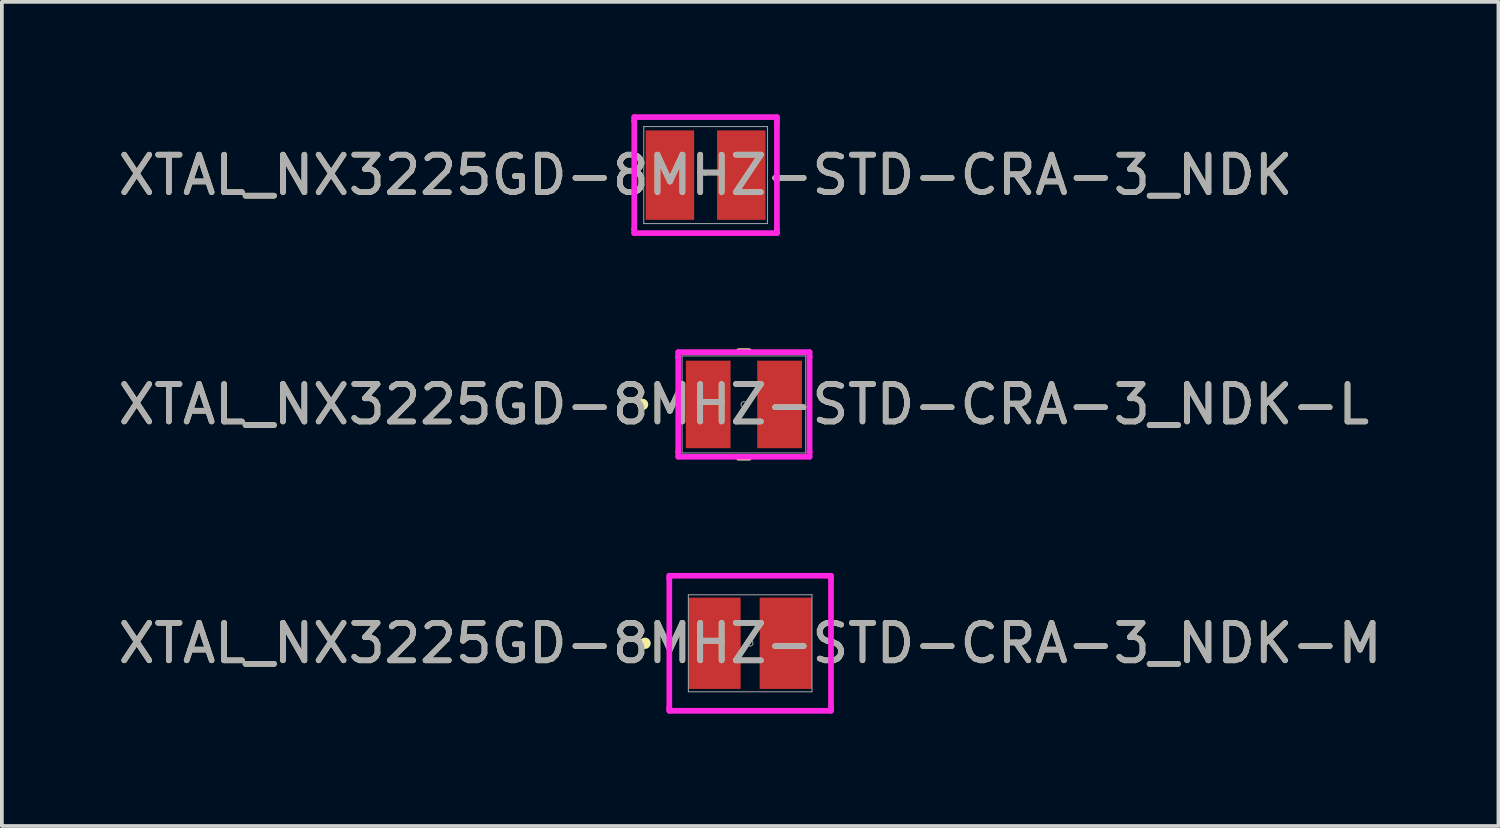
<source format=kicad_pcb>
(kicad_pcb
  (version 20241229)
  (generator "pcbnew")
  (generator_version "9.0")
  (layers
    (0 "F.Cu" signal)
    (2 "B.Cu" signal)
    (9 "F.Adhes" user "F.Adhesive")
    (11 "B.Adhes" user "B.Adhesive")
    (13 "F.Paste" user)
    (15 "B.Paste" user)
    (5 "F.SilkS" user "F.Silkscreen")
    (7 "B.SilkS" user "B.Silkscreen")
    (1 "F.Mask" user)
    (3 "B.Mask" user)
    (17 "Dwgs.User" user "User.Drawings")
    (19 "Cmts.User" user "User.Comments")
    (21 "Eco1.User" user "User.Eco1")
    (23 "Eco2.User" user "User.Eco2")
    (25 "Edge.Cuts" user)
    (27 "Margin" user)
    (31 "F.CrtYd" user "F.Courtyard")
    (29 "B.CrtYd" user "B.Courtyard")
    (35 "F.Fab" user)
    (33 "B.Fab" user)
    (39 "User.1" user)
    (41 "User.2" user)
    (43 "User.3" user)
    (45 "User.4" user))
  (footprint "XTAL_NX3225GD-8MHZ-STD-CRA-3_NDK-M"
    (layer "F.Cu")
    (at 16.982 14.128)
    (property "Reference" "XTAL_NX3225GD-8MHZ-STD-CRA-3_NDK-M" (at 0 0 0) (unlocked yes) (layer "F.SilkS") (effects (font (size 1 1) (thickness 0.15))))
    (attr smd)
    (fp_circle (center -2.807 0) (end -2.731 0) (stroke (width 0.152) (type solid)) (fill no) (layer "F.SilkS"))
    (fp_line (start -2.159 -1.803) (end 2.159 -1.803) (stroke (width 0.152) (type solid)) (layer "F.CrtYd"))
    (fp_line (start -2.159 -1.727) (end -2.159 -1.803) (stroke (width 0.152) (type solid)) (layer "F.CrtYd"))
    (fp_line (start -2.159 -1.727) (end -2.159 -1.727) (stroke (width 0.152) (type solid)) (layer "F.CrtYd"))
    (fp_line (start -2.159 1.727) (end -2.159 -1.727) (stroke (width 0.152) (type solid)) (layer "F.CrtYd"))
    (fp_line (start -2.159 1.727) (end -2.159 1.727) (stroke (width 0.152) (type solid)) (layer "F.CrtYd"))
    (fp_line (start -2.159 1.803) (end -2.159 1.727) (stroke (width 0.152) (type solid)) (layer "F.CrtYd"))
    (fp_line (start 2.159 -1.803) (end 2.159 -1.727) (stroke (width 0.152) (type solid)) (layer "F.CrtYd"))
    (fp_line (start 2.159 -1.727) (end 2.159 -1.727) (stroke (width 0.152) (type solid)) (layer "F.CrtYd"))
    (fp_line (start 2.159 -1.727) (end 2.159 1.727) (stroke (width 0.152) (type solid)) (layer "F.CrtYd"))
    (fp_line (start 2.159 1.727) (end 2.159 1.727) (stroke (width 0.152) (type solid)) (layer "F.CrtYd"))
    (fp_line (start 2.159 1.727) (end 2.159 1.803) (stroke (width 0.152) (type solid)) (layer "F.CrtYd"))
    (fp_line (start 2.159 1.803) (end -2.159 1.803) (stroke (width 0.152) (type solid)) (layer "F.CrtYd"))
    (fp_line (start -1.651 -1.295) (end -1.651 1.295) (stroke (width 0.025) (type solid)) (layer "F.Fab"))
    (fp_line (start -1.651 1.295) (end 1.651 1.295) (stroke (width 0.025) (type solid)) (layer "F.Fab"))
    (fp_line (start 1.651 -1.295) (end -1.651 -1.295) (stroke (width 0.025) (type solid)) (layer "F.Fab"))
    (fp_line (start 1.651 1.295) (end 1.651 -1.295) (stroke (width 0.025) (type solid)) (layer "F.Fab"))
    (fp_circle (center 0 0) (end 0.076 0) (stroke (width 0.025) (type solid)) (fill no) (layer "F.Fab"))
    (fp_text user "${REFERENCE}" (at 0 0 0) (unlocked yes) (layer "F.Fab") (effects (font (size 1 1) (thickness 0.15))))
    (pad "1" smd rect (at -0.953 0) (size 1.397 2.438) (layers "F.Cu" "F.Mask" "F.Paste"))
    (pad "2" smd rect (at 0.953 0) (size 1.397 2.438) (layers "F.Cu" "F.Mask" "F.Paste")))
  (footprint "XTAL_NX3225GD-8MHZ-STD-CRA-3_NDK-L"
    (layer "F.Cu")
    (at 16.815 7.75)
    (property "Reference" "XTAL_NX3225GD-8MHZ-STD-CRA-3_NDK-L" (at 0 0 0) (unlocked yes) (layer "F.SilkS") (effects (font (size 1 1) (thickness 0.15))))
    (attr smd)
    (fp_line (start -0.141 1.422) (end 0.141 1.422) (stroke (width 0.152) (type solid)) (layer "F.SilkS"))
    (fp_line (start 0.141 -1.422) (end -0.141 -1.422) (stroke (width 0.152) (type solid)) (layer "F.SilkS"))
    (fp_circle (center -2.705 0) (end -2.629 0) (stroke (width 0.152) (type solid)) (fill no) (layer "F.SilkS"))
    (fp_line (start -1.753 -1.397) (end 1.753 -1.397) (stroke (width 0.152) (type solid)) (layer "F.CrtYd"))
    (fp_line (start -1.753 -1.27) (end -1.753 -1.397) (stroke (width 0.152) (type solid)) (layer "F.CrtYd"))
    (fp_line (start -1.753 -1.27) (end -1.753 -1.27) (stroke (width 0.152) (type solid)) (layer "F.CrtYd"))
    (fp_line (start -1.753 1.27) (end -1.753 -1.27) (stroke (width 0.152) (type solid)) (layer "F.CrtYd"))
    (fp_line (start -1.753 1.27) (end -1.753 1.27) (stroke (width 0.152) (type solid)) (layer "F.CrtYd"))
    (fp_line (start -1.753 1.397) (end -1.753 1.27) (stroke (width 0.152) (type solid)) (layer "F.CrtYd"))
    (fp_line (start 1.753 -1.397) (end 1.753 -1.27) (stroke (width 0.152) (type solid)) (layer "F.CrtYd"))
    (fp_line (start 1.753 -1.27) (end 1.753 -1.27) (stroke (width 0.152) (type solid)) (layer "F.CrtYd"))
    (fp_line (start 1.753 -1.27) (end 1.753 1.27) (stroke (width 0.152) (type solid)) (layer "F.CrtYd"))
    (fp_line (start 1.753 1.27) (end 1.753 1.27) (stroke (width 0.152) (type solid)) (layer "F.CrtYd"))
    (fp_line (start 1.753 1.27) (end 1.753 1.397) (stroke (width 0.152) (type solid)) (layer "F.CrtYd"))
    (fp_line (start 1.753 1.397) (end -1.753 1.397) (stroke (width 0.152) (type solid)) (layer "F.CrtYd"))
    (fp_line (start -1.651 -1.295) (end -1.651 1.295) (stroke (width 0.025) (type solid)) (layer "F.Fab"))
    (fp_line (start -1.651 1.295) (end 1.651 1.295) (stroke (width 0.025) (type solid)) (layer "F.Fab"))
    (fp_line (start 1.651 -1.295) (end -1.651 -1.295) (stroke (width 0.025) (type solid)) (layer "F.Fab"))
    (fp_line (start 1.651 1.295) (end 1.651 -1.295) (stroke (width 0.025) (type solid)) (layer "F.Fab"))
    (fp_circle (center 0 0) (end 0.076 0) (stroke (width 0.025) (type solid)) (fill no) (layer "F.Fab"))
    (fp_text user "${REFERENCE}" (at 0 0 0) (unlocked yes) (layer "F.Fab") (effects (font (size 1 1) (thickness 0.15))))
    (pad "1" smd rect (at -0.953 0) (size 1.194 2.337) (layers "F.Cu" "F.Mask" "F.Paste"))
    (pad "2" smd rect (at 0.953 0) (size 1.194 2.337) (layers "F.Cu" "F.Mask" "F.Paste")))
  (footprint "XTAL_NX3225GD-8MHZ-STD-CRA-3_NDK"
    (layer "F.Cu")
    (at 15.792 1.626)
    (property "Reference" "XTAL_NX3225GD-8MHZ-STD-CRA-3_NDK" (at 0 0 0) (unlocked yes) (layer "F.SilkS") (effects (font (size 1 1) (thickness 0.15))))
    (attr smd)
    (fp_line (start -1.905 -1.549) (end 1.905 -1.549) (stroke (width 0.152) (type solid)) (layer "F.CrtYd"))
    (fp_line (start -1.905 -1.448) (end -1.905 -1.549) (stroke (width 0.152) (type solid)) (layer "F.CrtYd"))
    (fp_line (start -1.905 -1.448) (end -1.905 -1.448) (stroke (width 0.152) (type solid)) (layer "F.CrtYd"))
    (fp_line (start -1.905 1.448) (end -1.905 -1.448) (stroke (width 0.152) (type solid)) (layer "F.CrtYd"))
    (fp_line (start -1.905 1.448) (end -1.905 1.448) (stroke (width 0.152) (type solid)) (layer "F.CrtYd"))
    (fp_line (start -1.905 1.549) (end -1.905 1.448) (stroke (width 0.152) (type solid)) (layer "F.CrtYd"))
    (fp_line (start 1.905 -1.549) (end 1.905 -1.448) (stroke (width 0.152) (type solid)) (layer "F.CrtYd"))
    (fp_line (start 1.905 -1.448) (end 1.905 -1.448) (stroke (width 0.152) (type solid)) (layer "F.CrtYd"))
    (fp_line (start 1.905 -1.448) (end 1.905 1.448) (stroke (width 0.152) (type solid)) (layer "F.CrtYd"))
    (fp_line (start 1.905 1.448) (end 1.905 1.448) (stroke (width 0.152) (type solid)) (layer "F.CrtYd"))
    (fp_line (start 1.905 1.448) (end 1.905 1.549) (stroke (width 0.152) (type solid)) (layer "F.CrtYd"))
    (fp_line (start 1.905 1.549) (end -1.905 1.549) (stroke (width 0.152) (type solid)) (layer "F.CrtYd"))
    (fp_line (start -1.651 -1.295) (end -1.651 1.295) (stroke (width 0.025) (type solid)) (layer "F.Fab"))
    (fp_line (start -1.651 1.295) (end 1.651 1.295) (stroke (width 0.025) (type solid)) (layer "F.Fab"))
    (fp_line (start 1.651 -1.295) (end -1.651 -1.295) (stroke (width 0.025) (type solid)) (layer "F.Fab"))
    (fp_line (start 1.651 1.295) (end 1.651 -1.295) (stroke (width 0.025) (type solid)) (layer "F.Fab"))
    (fp_circle (center 0 0) (end 0 0) (stroke (width 0.025) (type solid)) (fill no) (layer "F.Fab"))
    (fp_text user "${REFERENCE}" (at 0 0 0) (unlocked yes) (layer "F.Fab") (effects (font (size 1 1) (thickness 0.15))))
    (pad "1" smd rect (at -0.953 0) (size 1.295 2.388) (layers "F.Cu" "F.Mask" "F.Paste"))
    (pad "2" smd rect (at 0.953 0) (size 1.295 2.388) (layers "F.Cu" "F.Mask" "F.Paste")))
  (gr_rect
    (start -3 -3)
    (end 36.964 19.008)
    (stroke (width 0.1) (type default))
    (fill no)
    (layer "Edge.Cuts")))
</source>
